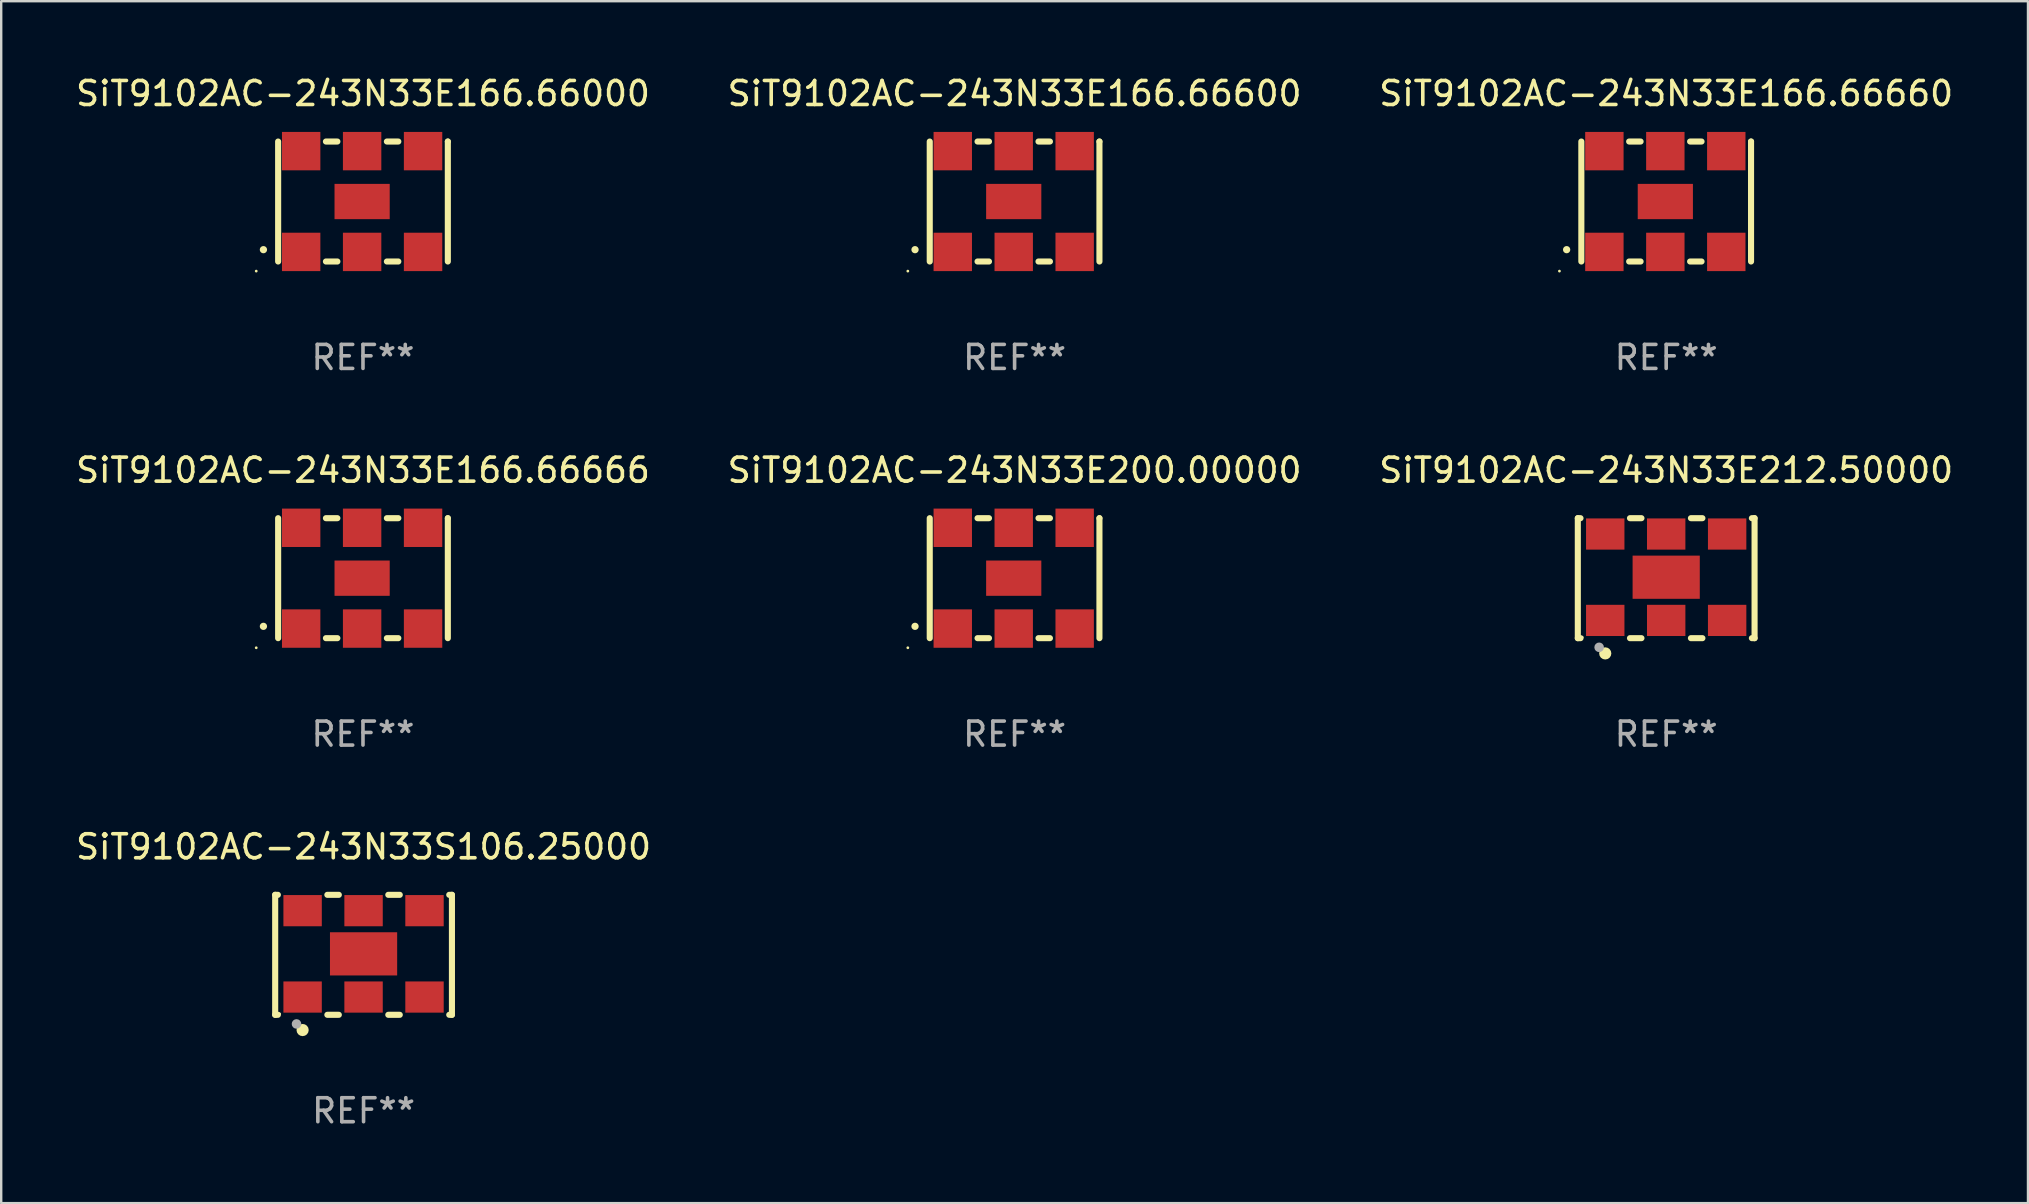
<source format=kicad_pcb>
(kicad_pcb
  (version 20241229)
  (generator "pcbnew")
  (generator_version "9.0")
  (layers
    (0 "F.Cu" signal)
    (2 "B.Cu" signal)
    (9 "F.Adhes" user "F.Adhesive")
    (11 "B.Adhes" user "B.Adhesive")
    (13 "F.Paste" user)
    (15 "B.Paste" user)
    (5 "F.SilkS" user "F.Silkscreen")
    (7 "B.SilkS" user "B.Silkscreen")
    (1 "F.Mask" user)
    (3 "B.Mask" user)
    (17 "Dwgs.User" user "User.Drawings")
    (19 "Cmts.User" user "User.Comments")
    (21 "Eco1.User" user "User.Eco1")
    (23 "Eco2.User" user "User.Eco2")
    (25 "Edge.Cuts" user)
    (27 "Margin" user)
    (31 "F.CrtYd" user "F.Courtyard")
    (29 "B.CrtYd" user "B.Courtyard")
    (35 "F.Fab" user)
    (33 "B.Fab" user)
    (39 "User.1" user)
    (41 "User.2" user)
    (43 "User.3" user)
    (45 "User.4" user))
  (footprint "SiT9102AC-243N33S106.25000"
    (layer "F.Cu")
    (at 12.101 36.741)
    (property "Reference" "SiT9102AC-243N33S106.25000" (at 0 -4.5 0) (layer "F.SilkS") (effects (font (size 1 1) (thickness 0.15))))
    (attr through_hole)
    (fp_line (start -3.683 -2.5) (end -3.571 -2.5) (stroke (width 0.254) (type solid)) (layer "F.SilkS"))
    (fp_line (start -3.683 2.5) (end -3.683 -2.5) (stroke (width 0.254) (type solid)) (layer "F.SilkS"))
    (fp_line (start -3.683 2.5) (end -3.571 2.5) (stroke (width 0.254) (type solid)) (layer "F.SilkS"))
    (fp_line (start -1.509 -2.5) (end -1.031 -2.5) (stroke (width 0.254) (type solid)) (layer "F.SilkS"))
    (fp_line (start -1.509 2.5) (end -1.031 2.5) (stroke (width 0.254) (type solid)) (layer "F.SilkS"))
    (fp_line (start 1.031 -2.5) (end 1.509 -2.5) (stroke (width 0.254) (type solid)) (layer "F.SilkS"))
    (fp_line (start 1.031 2.5) (end 1.509 2.5) (stroke (width 0.254) (type solid)) (layer "F.SilkS"))
    (fp_line (start 3.571 -2.5) (end 3.683 -2.5) (stroke (width 0.254) (type solid)) (layer "F.SilkS"))
    (fp_line (start 3.571 2.5) (end 3.683 2.5) (stroke (width 0.254) (type solid)) (layer "F.SilkS"))
    (fp_line (start 3.683 2.5) (end 3.683 -2.5) (stroke (width 0.254) (type solid)) (layer "F.SilkS"))
    (fp_circle (center -3.5 2.46) (end -3.47 2.46) (stroke (width 0.06) (type solid)) (fill no) (layer "F.SilkS"))
    (fp_circle (center -2.54 3.135) (end -2.413 3.135) (stroke (width 0.254) (type solid)) (fill no) (layer "F.SilkS"))
    (fp_circle (center -2.794 2.881) (end -2.694 2.881) (stroke (width 0.2) (type solid)) (fill no) (layer "F.Fab"))
    (fp_text user "REF**" (at 0 6.5 0) (layer "F.Fab") (effects (font (size 1 1) (thickness 0.15))))
    (pad "1" smd rect (at -2.54 1.76) (size 1.6 1.3) (layers "F.Cu" "F.Mask" "F.Paste"))
    (pad "2" smd rect (at 0 1.76) (size 1.6 1.3) (layers "F.Cu" "F.Mask" "F.Paste"))
    (pad "3" smd rect (at 2.54 1.76) (size 1.6 1.3) (layers "F.Cu" "F.Mask" "F.Paste"))
    (pad "4" smd rect (at 2.54 -1.84) (size 1.6 1.3) (layers "F.Cu" "F.Mask" "F.Paste"))
    (pad "5" smd rect (at 0 -1.84) (size 1.6 1.3) (layers "F.Cu" "F.Mask" "F.Paste"))
    (pad "6" smd rect (at -2.54 -1.84) (size 1.6 1.3) (layers "F.Cu" "F.Mask" "F.Paste"))
    (pad "7" smd rect (at 0 -0.04) (size 2.8 1.8) (layers "F.Cu" "F.Mask" "F.Paste")))
  (footprint "SiT9102AC-243N33E166.66660"
    (layer "F.Cu")
    (at 66.387 5.348)
    (property "Reference" "SiT9102AC-243N33E166.66660" (at 0 -4.5 0) (layer "F.SilkS") (effects (font (size 1 1) (thickness 0.15))))
    (attr through_hole)
    (fp_line (start -3.536 -2.5) (end -3.536 2.5) (stroke (width 0.254) (type solid)) (layer "F.SilkS"))
    (fp_line (start -1.544 2.5) (end -1.067 2.5) (stroke (width 0.254) (type solid)) (layer "F.SilkS"))
    (fp_line (start -1.067 -2.5) (end -1.544 -2.5) (stroke (width 0.254) (type solid)) (layer "F.SilkS"))
    (fp_line (start 0.996 2.5) (end 1.473 2.5) (stroke (width 0.254) (type solid)) (layer "F.SilkS"))
    (fp_line (start 1.473 -2.5) (end 0.996 -2.5) (stroke (width 0.254) (type solid)) (layer "F.SilkS"))
    (fp_line (start 3.536 -2.5) (end 3.536 -2.5) (stroke (width 0.254) (type solid)) (layer "F.SilkS"))
    (fp_line (start 3.536 2.5) (end 3.536 -2.5) (stroke (width 0.254) (type solid)) (layer "F.SilkS"))
    (fp_arc (start -4.150432 2.006604) (mid -4.149162 2.006599) (end -4.147892 2.006604) (stroke (width 0.3) (type solid)) (layer "F.SilkS"))
    (fp_circle (center -4.449 2.9) (end -4.419 2.9) (stroke (width 0.06) (type solid)) (fill no) (layer "F.SilkS"))
    (fp_text user "REF**" (at 0 6.5 0) (layer "F.Fab") (effects (font (size 1 1) (thickness 0.15))))
    (pad "1" smd rect (at -2.576 2.1) (size 1.6 1.6) (layers "F.Cu" "F.Mask" "F.Paste"))
    (pad "2" smd rect (at -0.036 2.1) (size 1.6 1.6) (layers "F.Cu" "F.Mask" "F.Paste"))
    (pad "3" smd rect (at 2.504 2.1) (size 1.6 1.6) (layers "F.Cu" "F.Mask" "F.Paste"))
    (pad "4" smd rect (at 2.504 -2.1) (size 1.6 1.6) (layers "F.Cu" "F.Mask" "F.Paste"))
    (pad "5" smd rect (at -0.036 -2.1) (size 1.6 1.6) (layers "F.Cu" "F.Mask" "F.Paste"))
    (pad "6" smd rect (at -2.576 -2.1) (size 1.6 1.6) (layers "F.Cu" "F.Mask" "F.Paste"))
    (pad "7" smd rect (at -0.036 0) (size 2.3 1.47) (layers "F.Cu" "F.Mask" "F.Paste")))
  (footprint "SiT9102AC-243N33E166.66600"
    (layer "F.Cu")
    (at 39.232 5.348)
    (property "Reference" "SiT9102AC-243N33E166.66600" (at 0 -4.5 0) (layer "F.SilkS") (effects (font (size 1 1) (thickness 0.15))))
    (attr through_hole)
    (fp_line (start -3.536 -2.5) (end -3.536 2.5) (stroke (width 0.254) (type solid)) (layer "F.SilkS"))
    (fp_line (start -1.544 2.5) (end -1.067 2.5) (stroke (width 0.254) (type solid)) (layer "F.SilkS"))
    (fp_line (start -1.067 -2.5) (end -1.544 -2.5) (stroke (width 0.254) (type solid)) (layer "F.SilkS"))
    (fp_line (start 0.996 2.5) (end 1.473 2.5) (stroke (width 0.254) (type solid)) (layer "F.SilkS"))
    (fp_line (start 1.473 -2.5) (end 0.996 -2.5) (stroke (width 0.254) (type solid)) (layer "F.SilkS"))
    (fp_line (start 3.536 -2.5) (end 3.536 -2.5) (stroke (width 0.254) (type solid)) (layer "F.SilkS"))
    (fp_line (start 3.536 2.5) (end 3.536 -2.5) (stroke (width 0.254) (type solid)) (layer "F.SilkS"))
    (fp_arc (start -4.150432 2.006604) (mid -4.149162 2.006599) (end -4.147892 2.006604) (stroke (width 0.3) (type solid)) (layer "F.SilkS"))
    (fp_circle (center -4.449 2.9) (end -4.419 2.9) (stroke (width 0.06) (type solid)) (fill no) (layer "F.SilkS"))
    (fp_text user "REF**" (at 0 6.5 0) (layer "F.Fab") (effects (font (size 1 1) (thickness 0.15))))
    (pad "1" smd rect (at -2.576 2.1) (size 1.6 1.6) (layers "F.Cu" "F.Mask" "F.Paste"))
    (pad "2" smd rect (at -0.036 2.1) (size 1.6 1.6) (layers "F.Cu" "F.Mask" "F.Paste"))
    (pad "3" smd rect (at 2.504 2.1) (size 1.6 1.6) (layers "F.Cu" "F.Mask" "F.Paste"))
    (pad "4" smd rect (at 2.504 -2.1) (size 1.6 1.6) (layers "F.Cu" "F.Mask" "F.Paste"))
    (pad "5" smd rect (at -0.036 -2.1) (size 1.6 1.6) (layers "F.Cu" "F.Mask" "F.Paste"))
    (pad "6" smd rect (at -2.576 -2.1) (size 1.6 1.6) (layers "F.Cu" "F.Mask" "F.Paste"))
    (pad "7" smd rect (at -0.036 0) (size 2.3 1.47) (layers "F.Cu" "F.Mask" "F.Paste")))
  (footprint "SiT9102AC-243N33E200.00000"
    (layer "F.Cu")
    (at 39.232 21.045)
    (property "Reference" "SiT9102AC-243N33E200.00000" (at 0 -4.5 0) (layer "F.SilkS") (effects (font (size 1 1) (thickness 0.15))))
    (attr through_hole)
    (fp_line (start -3.536 -2.5) (end -3.536 2.5) (stroke (width 0.254) (type solid)) (layer "F.SilkS"))
    (fp_line (start -1.544 2.5) (end -1.067 2.5) (stroke (width 0.254) (type solid)) (layer "F.SilkS"))
    (fp_line (start -1.067 -2.5) (end -1.544 -2.5) (stroke (width 0.254) (type solid)) (layer "F.SilkS"))
    (fp_line (start 0.996 2.5) (end 1.473 2.5) (stroke (width 0.254) (type solid)) (layer "F.SilkS"))
    (fp_line (start 1.473 -2.5) (end 0.996 -2.5) (stroke (width 0.254) (type solid)) (layer "F.SilkS"))
    (fp_line (start 3.536 -2.5) (end 3.536 -2.5) (stroke (width 0.254) (type solid)) (layer "F.SilkS"))
    (fp_line (start 3.536 2.5) (end 3.536 -2.5) (stroke (width 0.254) (type solid)) (layer "F.SilkS"))
    (fp_arc (start -4.150432 2.006604) (mid -4.149162 2.006599) (end -4.147892 2.006604) (stroke (width 0.3) (type solid)) (layer "F.SilkS"))
    (fp_circle (center -4.449 2.9) (end -4.419 2.9) (stroke (width 0.06) (type solid)) (fill no) (layer "F.SilkS"))
    (fp_text user "REF**" (at 0 6.5 0) (layer "F.Fab") (effects (font (size 1 1) (thickness 0.15))))
    (pad "1" smd rect (at -2.576 2.1) (size 1.6 1.6) (layers "F.Cu" "F.Mask" "F.Paste"))
    (pad "2" smd rect (at -0.036 2.1) (size 1.6 1.6) (layers "F.Cu" "F.Mask" "F.Paste"))
    (pad "3" smd rect (at 2.504 2.1) (size 1.6 1.6) (layers "F.Cu" "F.Mask" "F.Paste"))
    (pad "4" smd rect (at 2.504 -2.1) (size 1.6 1.6) (layers "F.Cu" "F.Mask" "F.Paste"))
    (pad "5" smd rect (at -0.036 -2.1) (size 1.6 1.6) (layers "F.Cu" "F.Mask" "F.Paste"))
    (pad "6" smd rect (at -2.576 -2.1) (size 1.6 1.6) (layers "F.Cu" "F.Mask" "F.Paste"))
    (pad "7" smd rect (at -0.036 0) (size 2.3 1.47) (layers "F.Cu" "F.Mask" "F.Paste")))
  (footprint "SiT9102AC-243N33E166.66666"
    (layer "F.Cu")
    (at 12.077 21.045)
    (property "Reference" "SiT9102AC-243N33E166.66666" (at 0 -4.5 0) (layer "F.SilkS") (effects (font (size 1 1) (thickness 0.15))))
    (attr through_hole)
    (fp_line (start -3.536 -2.5) (end -3.536 2.5) (stroke (width 0.254) (type solid)) (layer "F.SilkS"))
    (fp_line (start -1.544 2.5) (end -1.067 2.5) (stroke (width 0.254) (type solid)) (layer "F.SilkS"))
    (fp_line (start -1.067 -2.5) (end -1.544 -2.5) (stroke (width 0.254) (type solid)) (layer "F.SilkS"))
    (fp_line (start 0.996 2.5) (end 1.473 2.5) (stroke (width 0.254) (type solid)) (layer "F.SilkS"))
    (fp_line (start 1.473 -2.5) (end 0.996 -2.5) (stroke (width 0.254) (type solid)) (layer "F.SilkS"))
    (fp_line (start 3.536 -2.5) (end 3.536 -2.5) (stroke (width 0.254) (type solid)) (layer "F.SilkS"))
    (fp_line (start 3.536 2.5) (end 3.536 -2.5) (stroke (width 0.254) (type solid)) (layer "F.SilkS"))
    (fp_arc (start -4.150432 2.006604) (mid -4.149162 2.006599) (end -4.147892 2.006604) (stroke (width 0.3) (type solid)) (layer "F.SilkS"))
    (fp_circle (center -4.449 2.9) (end -4.419 2.9) (stroke (width 0.06) (type solid)) (fill no) (layer "F.SilkS"))
    (fp_text user "REF**" (at 0 6.5 0) (layer "F.Fab") (effects (font (size 1 1) (thickness 0.15))))
    (pad "1" smd rect (at -2.576 2.1) (size 1.6 1.6) (layers "F.Cu" "F.Mask" "F.Paste"))
    (pad "2" smd rect (at -0.036 2.1) (size 1.6 1.6) (layers "F.Cu" "F.Mask" "F.Paste"))
    (pad "3" smd rect (at 2.504 2.1) (size 1.6 1.6) (layers "F.Cu" "F.Mask" "F.Paste"))
    (pad "4" smd rect (at 2.504 -2.1) (size 1.6 1.6) (layers "F.Cu" "F.Mask" "F.Paste"))
    (pad "5" smd rect (at -0.036 -2.1) (size 1.6 1.6) (layers "F.Cu" "F.Mask" "F.Paste"))
    (pad "6" smd rect (at -2.576 -2.1) (size 1.6 1.6) (layers "F.Cu" "F.Mask" "F.Paste"))
    (pad "7" smd rect (at -0.036 0) (size 2.3 1.47) (layers "F.Cu" "F.Mask" "F.Paste")))
  (footprint "SiT9102AC-243N33E166.66000"
    (layer "F.Cu")
    (at 12.077 5.348)
    (property "Reference" "SiT9102AC-243N33E166.66000" (at 0 -4.5 0) (layer "F.SilkS") (effects (font (size 1 1) (thickness 0.15))))
    (attr through_hole)
    (fp_line (start -3.536 -2.5) (end -3.536 2.5) (stroke (width 0.254) (type solid)) (layer "F.SilkS"))
    (fp_line (start -1.544 2.5) (end -1.067 2.5) (stroke (width 0.254) (type solid)) (layer "F.SilkS"))
    (fp_line (start -1.067 -2.5) (end -1.544 -2.5) (stroke (width 0.254) (type solid)) (layer "F.SilkS"))
    (fp_line (start 0.996 2.5) (end 1.473 2.5) (stroke (width 0.254) (type solid)) (layer "F.SilkS"))
    (fp_line (start 1.473 -2.5) (end 0.996 -2.5) (stroke (width 0.254) (type solid)) (layer "F.SilkS"))
    (fp_line (start 3.536 -2.5) (end 3.536 -2.5) (stroke (width 0.254) (type solid)) (layer "F.SilkS"))
    (fp_line (start 3.536 2.5) (end 3.536 -2.5) (stroke (width 0.254) (type solid)) (layer "F.SilkS"))
    (fp_arc (start -4.150432 2.006604) (mid -4.149162 2.006599) (end -4.147892 2.006604) (stroke (width 0.3) (type solid)) (layer "F.SilkS"))
    (fp_circle (center -4.449 2.9) (end -4.419 2.9) (stroke (width 0.06) (type solid)) (fill no) (layer "F.SilkS"))
    (fp_text user "REF**" (at 0 6.5 0) (layer "F.Fab") (effects (font (size 1 1) (thickness 0.15))))
    (pad "1" smd rect (at -2.576 2.1) (size 1.6 1.6) (layers "F.Cu" "F.Mask" "F.Paste"))
    (pad "2" smd rect (at -0.036 2.1) (size 1.6 1.6) (layers "F.Cu" "F.Mask" "F.Paste"))
    (pad "3" smd rect (at 2.504 2.1) (size 1.6 1.6) (layers "F.Cu" "F.Mask" "F.Paste"))
    (pad "4" smd rect (at 2.504 -2.1) (size 1.6 1.6) (layers "F.Cu" "F.Mask" "F.Paste"))
    (pad "5" smd rect (at -0.036 -2.1) (size 1.6 1.6) (layers "F.Cu" "F.Mask" "F.Paste"))
    (pad "6" smd rect (at -2.576 -2.1) (size 1.6 1.6) (layers "F.Cu" "F.Mask" "F.Paste"))
    (pad "7" smd rect (at -0.036 0) (size 2.3 1.47) (layers "F.Cu" "F.Mask" "F.Paste")))
  (footprint "SiT9102AC-243N33E212.50000"
    (layer "F.Cu")
    (at 66.387 21.045)
    (property "Reference" "SiT9102AC-243N33E212.50000" (at 0 -4.5 0) (layer "F.SilkS") (effects (font (size 1 1) (thickness 0.15))))
    (attr through_hole)
    (fp_line (start -3.683 -2.5) (end -3.571 -2.5) (stroke (width 0.254) (type solid)) (layer "F.SilkS"))
    (fp_line (start -3.683 2.5) (end -3.683 -2.5) (stroke (width 0.254) (type solid)) (layer "F.SilkS"))
    (fp_line (start -3.683 2.5) (end -3.571 2.5) (stroke (width 0.254) (type solid)) (layer "F.SilkS"))
    (fp_line (start -1.509 -2.5) (end -1.031 -2.5) (stroke (width 0.254) (type solid)) (layer "F.SilkS"))
    (fp_line (start -1.509 2.5) (end -1.031 2.5) (stroke (width 0.254) (type solid)) (layer "F.SilkS"))
    (fp_line (start 1.031 -2.5) (end 1.509 -2.5) (stroke (width 0.254) (type solid)) (layer "F.SilkS"))
    (fp_line (start 1.031 2.5) (end 1.509 2.5) (stroke (width 0.254) (type solid)) (layer "F.SilkS"))
    (fp_line (start 3.571 -2.5) (end 3.683 -2.5) (stroke (width 0.254) (type solid)) (layer "F.SilkS"))
    (fp_line (start 3.571 2.5) (end 3.683 2.5) (stroke (width 0.254) (type solid)) (layer "F.SilkS"))
    (fp_line (start 3.683 2.5) (end 3.683 -2.5) (stroke (width 0.254) (type solid)) (layer "F.SilkS"))
    (fp_circle (center -3.5 2.46) (end -3.47 2.46) (stroke (width 0.06) (type solid)) (fill no) (layer "F.SilkS"))
    (fp_circle (center -2.54 3.135) (end -2.413 3.135) (stroke (width 0.254) (type solid)) (fill no) (layer "F.SilkS"))
    (fp_circle (center -2.794 2.881) (end -2.694 2.881) (stroke (width 0.2) (type solid)) (fill no) (layer "F.Fab"))
    (fp_text user "REF**" (at 0 6.5 0) (layer "F.Fab") (effects (font (size 1 1) (thickness 0.15))))
    (pad "1" smd rect (at -2.54 1.76) (size 1.6 1.3) (layers "F.Cu" "F.Mask" "F.Paste"))
    (pad "2" smd rect (at 0 1.76) (size 1.6 1.3) (layers "F.Cu" "F.Mask" "F.Paste"))
    (pad "3" smd rect (at 2.54 1.76) (size 1.6 1.3) (layers "F.Cu" "F.Mask" "F.Paste"))
    (pad "4" smd rect (at 2.54 -1.84) (size 1.6 1.3) (layers "F.Cu" "F.Mask" "F.Paste"))
    (pad "5" smd rect (at 0 -1.84) (size 1.6 1.3) (layers "F.Cu" "F.Mask" "F.Paste"))
    (pad "6" smd rect (at -2.54 -1.84) (size 1.6 1.3) (layers "F.Cu" "F.Mask" "F.Paste"))
    (pad "7" smd rect (at 0 -0.04) (size 2.8 1.8) (layers "F.Cu" "F.Mask" "F.Paste")))
  (gr_rect
    (start -3 -3)
    (end 81.464 47.09)
    (stroke (width 0.1) (type default))
    (fill no)
    (layer "Edge.Cuts")))
</source>
